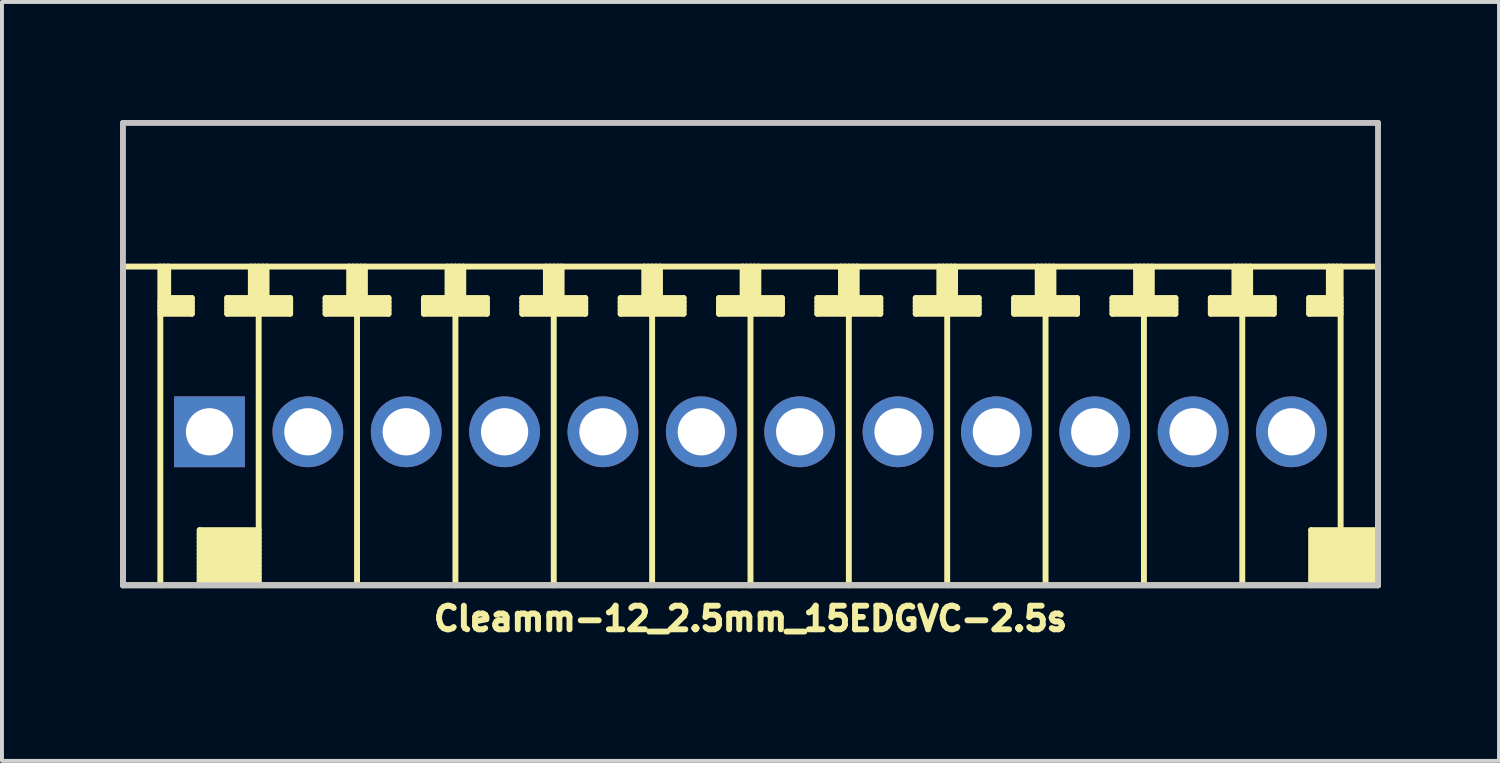
<source format=kicad_pcb>
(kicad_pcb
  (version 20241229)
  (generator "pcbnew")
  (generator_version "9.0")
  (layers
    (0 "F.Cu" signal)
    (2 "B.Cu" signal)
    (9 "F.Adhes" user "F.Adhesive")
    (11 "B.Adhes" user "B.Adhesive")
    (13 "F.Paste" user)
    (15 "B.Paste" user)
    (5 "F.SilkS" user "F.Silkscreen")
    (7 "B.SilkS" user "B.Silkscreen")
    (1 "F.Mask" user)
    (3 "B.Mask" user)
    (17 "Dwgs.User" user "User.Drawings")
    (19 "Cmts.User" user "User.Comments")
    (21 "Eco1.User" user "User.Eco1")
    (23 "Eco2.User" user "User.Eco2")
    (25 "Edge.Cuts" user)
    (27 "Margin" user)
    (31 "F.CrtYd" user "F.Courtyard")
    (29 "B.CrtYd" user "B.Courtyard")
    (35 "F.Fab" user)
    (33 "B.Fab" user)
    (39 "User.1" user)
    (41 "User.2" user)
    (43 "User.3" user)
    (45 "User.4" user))
  (footprint "Cleamm-12_2.5mm_15EDGVC-2.5s"
    (layer "F.Cu")
    (at 16.025 7.925)
    (property "Reference" "Cleamm-12_2.5mm_15EDGVC-2.5s" (at 0 4.75 180) (layer "F.SilkS") (effects (font (size 0.6 0.6) (thickness 0.15))))
    (attr through_hole)
    (fp_line (start -15.95 -4.2) (end 15.95 -4.2) (stroke (width 0.15) (type solid)) (layer "F.SilkS"))
    (fp_line (start -15.95 3.9) (end -15.95 -4.2) (stroke (width 0.15) (type solid)) (layer "F.SilkS"))
    (fp_line (start -15 -4.2) (end -15 3.9) (stroke (width 0.15) (type solid)) (layer "F.SilkS"))
    (fp_line (start -15 -3.2) (end -14.2 -3.2) (stroke (width 0.15) (type solid)) (layer "F.SilkS"))
    (fp_line (start -15 -3.1) (end -14.2 -3.1) (stroke (width 0.15) (type solid)) (layer "F.SilkS"))
    (fp_line (start -14.9 -4.2) (end -14.9 -3.4) (stroke (width 0.15) (type solid)) (layer "F.SilkS"))
    (fp_line (start -14.8 -4.2) (end -14.8 -3.4) (stroke (width 0.15) (type solid)) (layer "F.SilkS"))
    (fp_line (start -14.2 -3.4) (end -14.8 -3.4) (stroke (width 0.15) (type solid)) (layer "F.SilkS"))
    (fp_line (start -14.2 -3.3) (end -15 -3.3) (stroke (width 0.15) (type solid)) (layer "F.SilkS"))
    (fp_line (start -14.2 -3) (end -15 -3) (stroke (width 0.15) (type solid)) (layer "F.SilkS"))
    (fp_line (start -14.2 -3) (end -14.2 -3.4) (stroke (width 0.15) (type solid)) (layer "F.SilkS"))
    (fp_line (start -14 2.5) (end -14 3.9) (stroke (width 0.15) (type solid)) (layer "F.SilkS"))
    (fp_line (start -14 2.5) (end -12.5 2.5) (stroke (width 0.15) (type solid)) (layer "F.SilkS"))
    (fp_line (start -14 2.6) (end -12.5 2.6) (stroke (width 0.15) (type solid)) (layer "F.SilkS"))
    (fp_line (start -14 2.8) (end -12.5 2.8) (stroke (width 0.15) (type solid)) (layer "F.SilkS"))
    (fp_line (start -14 3) (end -12.5 3) (stroke (width 0.15) (type solid)) (layer "F.SilkS"))
    (fp_line (start -14 3.2) (end -12.5 3.2) (stroke (width 0.15) (type solid)) (layer "F.SilkS"))
    (fp_line (start -14 3.4) (end -12.5 3.4) (stroke (width 0.15) (type solid)) (layer "F.SilkS"))
    (fp_line (start -14 3.6) (end -12.5 3.6) (stroke (width 0.15) (type solid)) (layer "F.SilkS"))
    (fp_line (start -14 3.8) (end -12.5 3.8) (stroke (width 0.15) (type solid)) (layer "F.SilkS"))
    (fp_line (start -13.3 -3.4) (end -13.3 -3) (stroke (width 0.15) (type solid)) (layer "F.SilkS"))
    (fp_line (start -13.3 -3.3) (end -11.7 -3.3) (stroke (width 0.15) (type solid)) (layer "F.SilkS"))
    (fp_line (start -13.3 -3.1) (end -11.7 -3.1) (stroke (width 0.15) (type solid)) (layer "F.SilkS"))
    (fp_line (start -13.3 -3) (end -11.7 -3) (stroke (width 0.15) (type solid)) (layer "F.SilkS"))
    (fp_line (start -12.7 -4.2) (end -12.7 -3.4) (stroke (width 0.15) (type solid)) (layer "F.SilkS"))
    (fp_line (start -12.7 -3.4) (end -13.3 -3.4) (stroke (width 0.15) (type solid)) (layer "F.SilkS"))
    (fp_line (start -12.6 -4.2) (end -12.6 -3.4) (stroke (width 0.15) (type solid)) (layer "F.SilkS"))
    (fp_line (start -12.5 -4.2) (end -12.5 3.9) (stroke (width 0.15) (type solid)) (layer "F.SilkS"))
    (fp_line (start -12.5 2.7) (end -14 2.7) (stroke (width 0.15) (type solid)) (layer "F.SilkS"))
    (fp_line (start -12.5 2.9) (end -14 2.9) (stroke (width 0.15) (type solid)) (layer "F.SilkS"))
    (fp_line (start -12.5 3.1) (end -14 3.1) (stroke (width 0.15) (type solid)) (layer "F.SilkS"))
    (fp_line (start -12.5 3.3) (end -14 3.3) (stroke (width 0.15) (type solid)) (layer "F.SilkS"))
    (fp_line (start -12.5 3.5) (end -14 3.5) (stroke (width 0.15) (type solid)) (layer "F.SilkS"))
    (fp_line (start -12.5 3.7) (end -14 3.7) (stroke (width 0.15) (type solid)) (layer "F.SilkS"))
    (fp_line (start -12.4 -4.2) (end -12.4 -3.4) (stroke (width 0.15) (type solid)) (layer "F.SilkS"))
    (fp_line (start -12.3 -4.2) (end -12.3 -3.4) (stroke (width 0.15) (type solid)) (layer "F.SilkS"))
    (fp_line (start -11.7 -3.4) (end -12.3 -3.4) (stroke (width 0.15) (type solid)) (layer "F.SilkS"))
    (fp_line (start -11.7 -3.2) (end -13.3 -3.2) (stroke (width 0.15) (type solid)) (layer "F.SilkS"))
    (fp_line (start -11.7 -3) (end -11.7 -3.4) (stroke (width 0.15) (type solid)) (layer "F.SilkS"))
    (fp_line (start -10.8 -3.4) (end -10.8 -3) (stroke (width 0.15) (type solid)) (layer "F.SilkS"))
    (fp_line (start -10.8 -3.3) (end -9.2 -3.3) (stroke (width 0.15) (type solid)) (layer "F.SilkS"))
    (fp_line (start -10.8 -3.1) (end -9.2 -3.1) (stroke (width 0.15) (type solid)) (layer "F.SilkS"))
    (fp_line (start -10.8 -3) (end -9.2 -3) (stroke (width 0.15) (type solid)) (layer "F.SilkS"))
    (fp_line (start -10.2 -4.2) (end -10.2 -3.4) (stroke (width 0.15) (type solid)) (layer "F.SilkS"))
    (fp_line (start -10.2 -3.4) (end -10.8 -3.4) (stroke (width 0.15) (type solid)) (layer "F.SilkS"))
    (fp_line (start -10.1 -4.2) (end -10.1 -3.4) (stroke (width 0.15) (type solid)) (layer "F.SilkS"))
    (fp_line (start -10 -4.2) (end -10 3.9) (stroke (width 0.15) (type solid)) (layer "F.SilkS"))
    (fp_line (start -9.9 -4.2) (end -9.9 -3.4) (stroke (width 0.15) (type solid)) (layer "F.SilkS"))
    (fp_line (start -9.8 -4.2) (end -9.8 -3.4) (stroke (width 0.15) (type solid)) (layer "F.SilkS"))
    (fp_line (start -9.2 -3.4) (end -9.8 -3.4) (stroke (width 0.15) (type solid)) (layer "F.SilkS"))
    (fp_line (start -9.2 -3.2) (end -10.8 -3.2) (stroke (width 0.15) (type solid)) (layer "F.SilkS"))
    (fp_line (start -9.2 -3) (end -9.2 -3.4) (stroke (width 0.15) (type solid)) (layer "F.SilkS"))
    (fp_line (start -8.3 -3.4) (end -8.3 -3) (stroke (width 0.15) (type solid)) (layer "F.SilkS"))
    (fp_line (start -8.3 -3.3) (end -6.7 -3.3) (stroke (width 0.15) (type solid)) (layer "F.SilkS"))
    (fp_line (start -8.3 -3.1) (end -6.7 -3.1) (stroke (width 0.15) (type solid)) (layer "F.SilkS"))
    (fp_line (start -8.3 -3) (end -6.7 -3) (stroke (width 0.15) (type solid)) (layer "F.SilkS"))
    (fp_line (start -7.7 -4.2) (end -7.7 -3.4) (stroke (width 0.15) (type solid)) (layer "F.SilkS"))
    (fp_line (start -7.7 -3.4) (end -8.3 -3.4) (stroke (width 0.15) (type solid)) (layer "F.SilkS"))
    (fp_line (start -7.6 -4.2) (end -7.6 -3.4) (stroke (width 0.15) (type solid)) (layer "F.SilkS"))
    (fp_line (start -7.5 -4.2) (end -7.5 3.9) (stroke (width 0.15) (type solid)) (layer "F.SilkS"))
    (fp_line (start -7.4 -4.2) (end -7.4 -3.4) (stroke (width 0.15) (type solid)) (layer "F.SilkS"))
    (fp_line (start -7.3 -4.2) (end -7.3 -3.4) (stroke (width 0.15) (type solid)) (layer "F.SilkS"))
    (fp_line (start -6.7 -3.4) (end -7.3 -3.4) (stroke (width 0.15) (type solid)) (layer "F.SilkS"))
    (fp_line (start -6.7 -3.2) (end -8.3 -3.2) (stroke (width 0.15) (type solid)) (layer "F.SilkS"))
    (fp_line (start -6.7 -3) (end -6.7 -3.4) (stroke (width 0.15) (type solid)) (layer "F.SilkS"))
    (fp_line (start -5.8 -3.4) (end -5.8 -3) (stroke (width 0.15) (type solid)) (layer "F.SilkS"))
    (fp_line (start -5.8 -3.3) (end -4.2 -3.3) (stroke (width 0.15) (type solid)) (layer "F.SilkS"))
    (fp_line (start -5.8 -3.1) (end -4.2 -3.1) (stroke (width 0.15) (type solid)) (layer "F.SilkS"))
    (fp_line (start -5.8 -3) (end -4.2 -3) (stroke (width 0.15) (type solid)) (layer "F.SilkS"))
    (fp_line (start -5.2 -4.2) (end -5.2 -3.4) (stroke (width 0.15) (type solid)) (layer "F.SilkS"))
    (fp_line (start -5.2 -3.4) (end -5.8 -3.4) (stroke (width 0.15) (type solid)) (layer "F.SilkS"))
    (fp_line (start -5.1 -4.2) (end -5.1 -3.4) (stroke (width 0.15) (type solid)) (layer "F.SilkS"))
    (fp_line (start -5 -4.2) (end -5 3.9) (stroke (width 0.15) (type solid)) (layer "F.SilkS"))
    (fp_line (start -4.9 -4.2) (end -4.9 -3.4) (stroke (width 0.15) (type solid)) (layer "F.SilkS"))
    (fp_line (start -4.8 -4.2) (end -4.8 -3.4) (stroke (width 0.15) (type solid)) (layer "F.SilkS"))
    (fp_line (start -4.2 -3.4) (end -4.8 -3.4) (stroke (width 0.15) (type solid)) (layer "F.SilkS"))
    (fp_line (start -4.2 -3.2) (end -5.8 -3.2) (stroke (width 0.15) (type solid)) (layer "F.SilkS"))
    (fp_line (start -4.2 -3) (end -4.2 -3.4) (stroke (width 0.15) (type solid)) (layer "F.SilkS"))
    (fp_line (start -3.3 -3.4) (end -3.3 -3) (stroke (width 0.15) (type solid)) (layer "F.SilkS"))
    (fp_line (start -3.3 -3.3) (end -1.7 -3.3) (stroke (width 0.15) (type solid)) (layer "F.SilkS"))
    (fp_line (start -3.3 -3.1) (end -1.7 -3.1) (stroke (width 0.15) (type solid)) (layer "F.SilkS"))
    (fp_line (start -3.3 -3) (end -1.7 -3) (stroke (width 0.15) (type solid)) (layer "F.SilkS"))
    (fp_line (start -2.7 -4.2) (end -2.7 -3.4) (stroke (width 0.15) (type solid)) (layer "F.SilkS"))
    (fp_line (start -2.7 -3.4) (end -3.3 -3.4) (stroke (width 0.15) (type solid)) (layer "F.SilkS"))
    (fp_line (start -2.6 -4.2) (end -2.6 -3.4) (stroke (width 0.15) (type solid)) (layer "F.SilkS"))
    (fp_line (start -2.5 -4.2) (end -2.5 3.9) (stroke (width 0.15) (type solid)) (layer "F.SilkS"))
    (fp_line (start -2.4 -4.2) (end -2.4 -3.4) (stroke (width 0.15) (type solid)) (layer "F.SilkS"))
    (fp_line (start -2.3 -4.2) (end -2.3 -3.4) (stroke (width 0.15) (type solid)) (layer "F.SilkS"))
    (fp_line (start -1.7 -3.4) (end -2.3 -3.4) (stroke (width 0.15) (type solid)) (layer "F.SilkS"))
    (fp_line (start -1.7 -3.2) (end -3.3 -3.2) (stroke (width 0.15) (type solid)) (layer "F.SilkS"))
    (fp_line (start -1.7 -3) (end -1.7 -3.4) (stroke (width 0.15) (type solid)) (layer "F.SilkS"))
    (fp_line (start -0.8 -3.4) (end -0.8 -3) (stroke (width 0.15) (type solid)) (layer "F.SilkS"))
    (fp_line (start -0.8 -3.3) (end 0.8 -3.3) (stroke (width 0.15) (type solid)) (layer "F.SilkS"))
    (fp_line (start -0.8 -3.1) (end 0.8 -3.1) (stroke (width 0.15) (type solid)) (layer "F.SilkS"))
    (fp_line (start -0.8 -3) (end 0.8 -3) (stroke (width 0.15) (type solid)) (layer "F.SilkS"))
    (fp_line (start -0.2 -4.2) (end -0.2 -3.4) (stroke (width 0.15) (type solid)) (layer "F.SilkS"))
    (fp_line (start -0.2 -3.4) (end -0.8 -3.4) (stroke (width 0.15) (type solid)) (layer "F.SilkS"))
    (fp_line (start -0.1 -4.2) (end -0.1 -3.4) (stroke (width 0.15) (type solid)) (layer "F.SilkS"))
    (fp_line (start 0 -4.2) (end 0 3.9) (stroke (width 0.15) (type solid)) (layer "F.SilkS"))
    (fp_line (start 0.1 -4.2) (end 0.1 -3.4) (stroke (width 0.15) (type solid)) (layer "F.SilkS"))
    (fp_line (start 0.2 -4.2) (end 0.2 -3.4) (stroke (width 0.15) (type solid)) (layer "F.SilkS"))
    (fp_line (start 0.8 -3.4) (end 0.2 -3.4) (stroke (width 0.15) (type solid)) (layer "F.SilkS"))
    (fp_line (start 0.8 -3.2) (end -0.8 -3.2) (stroke (width 0.15) (type solid)) (layer "F.SilkS"))
    (fp_line (start 0.8 -3) (end 0.8 -3.4) (stroke (width 0.15) (type solid)) (layer "F.SilkS"))
    (fp_line (start 1.7 -3.4) (end 1.7 -3) (stroke (width 0.15) (type solid)) (layer "F.SilkS"))
    (fp_line (start 1.7 -3.3) (end 3.3 -3.3) (stroke (width 0.15) (type solid)) (layer "F.SilkS"))
    (fp_line (start 1.7 -3.1) (end 3.3 -3.1) (stroke (width 0.15) (type solid)) (layer "F.SilkS"))
    (fp_line (start 1.7 -3) (end 3.3 -3) (stroke (width 0.15) (type solid)) (layer "F.SilkS"))
    (fp_line (start 2.3 -4.2) (end 2.3 -3.4) (stroke (width 0.15) (type solid)) (layer "F.SilkS"))
    (fp_line (start 2.3 -3.4) (end 1.7 -3.4) (stroke (width 0.15) (type solid)) (layer "F.SilkS"))
    (fp_line (start 2.4 -4.2) (end 2.4 -3.4) (stroke (width 0.15) (type solid)) (layer "F.SilkS"))
    (fp_line (start 2.5 -4.2) (end 2.5 3.9) (stroke (width 0.15) (type solid)) (layer "F.SilkS"))
    (fp_line (start 2.6 -4.2) (end 2.6 -3.4) (stroke (width 0.15) (type solid)) (layer "F.SilkS"))
    (fp_line (start 2.7 -4.2) (end 2.7 -3.4) (stroke (width 0.15) (type solid)) (layer "F.SilkS"))
    (fp_line (start 3.3 -3.4) (end 2.7 -3.4) (stroke (width 0.15) (type solid)) (layer "F.SilkS"))
    (fp_line (start 3.3 -3.2) (end 1.7 -3.2) (stroke (width 0.15) (type solid)) (layer "F.SilkS"))
    (fp_line (start 3.3 -3) (end 3.3 -3.4) (stroke (width 0.15) (type solid)) (layer "F.SilkS"))
    (fp_line (start 4.2 -3.4) (end 4.2 -3) (stroke (width 0.15) (type solid)) (layer "F.SilkS"))
    (fp_line (start 4.2 -3.3) (end 5.8 -3.3) (stroke (width 0.15) (type solid)) (layer "F.SilkS"))
    (fp_line (start 4.2 -3.1) (end 5.8 -3.1) (stroke (width 0.15) (type solid)) (layer "F.SilkS"))
    (fp_line (start 4.2 -3) (end 5.8 -3) (stroke (width 0.15) (type solid)) (layer "F.SilkS"))
    (fp_line (start 4.8 -4.2) (end 4.8 -3.4) (stroke (width 0.15) (type solid)) (layer "F.SilkS"))
    (fp_line (start 4.8 -3.4) (end 4.2 -3.4) (stroke (width 0.15) (type solid)) (layer "F.SilkS"))
    (fp_line (start 4.9 -4.2) (end 4.9 -3.4) (stroke (width 0.15) (type solid)) (layer "F.SilkS"))
    (fp_line (start 5 -4.2) (end 5 3.9) (stroke (width 0.15) (type solid)) (layer "F.SilkS"))
    (fp_line (start 5.1 -4.2) (end 5.1 -3.4) (stroke (width 0.15) (type solid)) (layer "F.SilkS"))
    (fp_line (start 5.2 -4.2) (end 5.2 -3.4) (stroke (width 0.15) (type solid)) (layer "F.SilkS"))
    (fp_line (start 5.8 -3.4) (end 5.2 -3.4) (stroke (width 0.15) (type solid)) (layer "F.SilkS"))
    (fp_line (start 5.8 -3.2) (end 4.2 -3.2) (stroke (width 0.15) (type solid)) (layer "F.SilkS"))
    (fp_line (start 5.8 -3) (end 5.8 -3.4) (stroke (width 0.15) (type solid)) (layer "F.SilkS"))
    (fp_line (start 6.7 -3.4) (end 6.7 -3) (stroke (width 0.15) (type solid)) (layer "F.SilkS"))
    (fp_line (start 6.7 -3.3) (end 8.3 -3.3) (stroke (width 0.15) (type solid)) (layer "F.SilkS"))
    (fp_line (start 6.7 -3.1) (end 8.3 -3.1) (stroke (width 0.15) (type solid)) (layer "F.SilkS"))
    (fp_line (start 6.7 -3) (end 8.3 -3) (stroke (width 0.15) (type solid)) (layer "F.SilkS"))
    (fp_line (start 7.3 -4.2) (end 7.3 -3.4) (stroke (width 0.15) (type solid)) (layer "F.SilkS"))
    (fp_line (start 7.3 -3.4) (end 6.7 -3.4) (stroke (width 0.15) (type solid)) (layer "F.SilkS"))
    (fp_line (start 7.4 -4.2) (end 7.4 -3.4) (stroke (width 0.15) (type solid)) (layer "F.SilkS"))
    (fp_line (start 7.5 3.9) (end 7.5 -4.2) (stroke (width 0.15) (type solid)) (layer "F.SilkS"))
    (fp_line (start 7.6 -4.2) (end 7.6 -3.4) (stroke (width 0.15) (type solid)) (layer "F.SilkS"))
    (fp_line (start 7.7 -4.2) (end 7.7 -3.4) (stroke (width 0.15) (type solid)) (layer "F.SilkS"))
    (fp_line (start 8.3 -3.4) (end 7.7 -3.4) (stroke (width 0.15) (type solid)) (layer "F.SilkS"))
    (fp_line (start 8.3 -3.2) (end 6.7 -3.2) (stroke (width 0.15) (type solid)) (layer "F.SilkS"))
    (fp_line (start 8.3 -3) (end 8.3 -3.4) (stroke (width 0.15) (type solid)) (layer "F.SilkS"))
    (fp_line (start 9.2 -3.4) (end 9.2 -3) (stroke (width 0.15) (type solid)) (layer "F.SilkS"))
    (fp_line (start 9.2 -3.3) (end 10.8 -3.3) (stroke (width 0.15) (type solid)) (layer "F.SilkS"))
    (fp_line (start 9.2 -3.1) (end 10.8 -3.1) (stroke (width 0.15) (type solid)) (layer "F.SilkS"))
    (fp_line (start 9.2 -3) (end 10.8 -3) (stroke (width 0.15) (type solid)) (layer "F.SilkS"))
    (fp_line (start 9.8 -4.2) (end 9.8 -3.4) (stroke (width 0.15) (type solid)) (layer "F.SilkS"))
    (fp_line (start 9.8 -3.4) (end 9.2 -3.4) (stroke (width 0.15) (type solid)) (layer "F.SilkS"))
    (fp_line (start 9.9 -4.2) (end 9.9 -3.4) (stroke (width 0.15) (type solid)) (layer "F.SilkS"))
    (fp_line (start 10 3.9) (end 10 -4.2) (stroke (width 0.15) (type solid)) (layer "F.SilkS"))
    (fp_line (start 10.1 -4.2) (end 10.1 -3.4) (stroke (width 0.15) (type solid)) (layer "F.SilkS"))
    (fp_line (start 10.2 -4.2) (end 10.2 -3.4) (stroke (width 0.15) (type solid)) (layer "F.SilkS"))
    (fp_line (start 10.8 -3.4) (end 10.2 -3.4) (stroke (width 0.15) (type solid)) (layer "F.SilkS"))
    (fp_line (start 10.8 -3.2) (end 9.2 -3.2) (stroke (width 0.15) (type solid)) (layer "F.SilkS"))
    (fp_line (start 10.8 -3) (end 10.8 -3.4) (stroke (width 0.15) (type solid)) (layer "F.SilkS"))
    (fp_line (start 11.7 -3.4) (end 11.7 -3) (stroke (width 0.15) (type solid)) (layer "F.SilkS"))
    (fp_line (start 11.7 -3.3) (end 13.3 -3.3) (stroke (width 0.15) (type solid)) (layer "F.SilkS"))
    (fp_line (start 11.7 -3.1) (end 13.3 -3.1) (stroke (width 0.15) (type solid)) (layer "F.SilkS"))
    (fp_line (start 11.7 -3) (end 13.3 -3) (stroke (width 0.15) (type solid)) (layer "F.SilkS"))
    (fp_line (start 12.3 -4.2) (end 12.3 -3.4) (stroke (width 0.15) (type solid)) (layer "F.SilkS"))
    (fp_line (start 12.3 -3.4) (end 11.7 -3.4) (stroke (width 0.15) (type solid)) (layer "F.SilkS"))
    (fp_line (start 12.4 -4.2) (end 12.4 -3.4) (stroke (width 0.15) (type solid)) (layer "F.SilkS"))
    (fp_line (start 12.5 -4.2) (end 12.5 3.9) (stroke (width 0.15) (type solid)) (layer "F.SilkS"))
    (fp_line (start 12.6 -4.2) (end 12.6 -3.4) (stroke (width 0.15) (type solid)) (layer "F.SilkS"))
    (fp_line (start 12.7 -4.2) (end 12.7 -3.4) (stroke (width 0.15) (type solid)) (layer "F.SilkS"))
    (fp_line (start 13.3 -3.4) (end 12.7 -3.4) (stroke (width 0.15) (type solid)) (layer "F.SilkS"))
    (fp_line (start 13.3 -3.2) (end 11.7 -3.2) (stroke (width 0.15) (type solid)) (layer "F.SilkS"))
    (fp_line (start 13.3 -3) (end 13.3 -3.4) (stroke (width 0.15) (type solid)) (layer "F.SilkS"))
    (fp_line (start 14.2 -3.4) (end 14.2 -3) (stroke (width 0.15) (type solid)) (layer "F.SilkS"))
    (fp_line (start 14.2 -3.1) (end 15 -3.1) (stroke (width 0.15) (type solid)) (layer "F.SilkS"))
    (fp_line (start 14.2 -3) (end 15 -3) (stroke (width 0.15) (type solid)) (layer "F.SilkS"))
    (fp_line (start 14.25 2.5) (end 14.25 3.9) (stroke (width 0.15) (type solid)) (layer "F.SilkS"))
    (fp_line (start 14.3 2.6) (end 15.9 2.6) (stroke (width 0.15) (type solid)) (layer "F.SilkS"))
    (fp_line (start 14.3 2.7) (end 15.9 2.7) (stroke (width 0.15) (type solid)) (layer "F.SilkS"))
    (fp_line (start 14.3 2.9) (end 15.9 2.9) (stroke (width 0.15) (type solid)) (layer "F.SilkS"))
    (fp_line (start 14.3 3.1) (end 15.9 3.1) (stroke (width 0.15) (type solid)) (layer "F.SilkS"))
    (fp_line (start 14.3 3.3) (end 15.9 3.3) (stroke (width 0.15) (type solid)) (layer "F.SilkS"))
    (fp_line (start 14.3 3.5) (end 15.9 3.5) (stroke (width 0.15) (type solid)) (layer "F.SilkS"))
    (fp_line (start 14.3 3.7) (end 15.9 3.7) (stroke (width 0.15) (type solid)) (layer "F.SilkS"))
    (fp_line (start 14.7 -4.2) (end 14.7 -3.4) (stroke (width 0.15) (type solid)) (layer "F.SilkS"))
    (fp_line (start 14.8 -3.4) (end 14.8 -4.2) (stroke (width 0.15) (type solid)) (layer "F.SilkS"))
    (fp_line (start 14.9 -4.2) (end 14.9 -3.4) (stroke (width 0.15) (type solid)) (layer "F.SilkS"))
    (fp_line (start 15 -3.4) (end 14.2 -3.4) (stroke (width 0.15) (type solid)) (layer "F.SilkS"))
    (fp_line (start 15 -3.3) (end 14.2 -3.3) (stroke (width 0.15) (type solid)) (layer "F.SilkS"))
    (fp_line (start 15 -3.2) (end 14.2 -3.2) (stroke (width 0.15) (type solid)) (layer "F.SilkS"))
    (fp_line (start 15 2.5) (end 15 -4.2) (stroke (width 0.15) (type solid)) (layer "F.SilkS"))
    (fp_line (start 15.9 2.8) (end 14.3 2.8) (stroke (width 0.15) (type solid)) (layer "F.SilkS"))
    (fp_line (start 15.9 3) (end 14.3 3) (stroke (width 0.15) (type solid)) (layer "F.SilkS"))
    (fp_line (start 15.9 3.2) (end 14.3 3.2) (stroke (width 0.15) (type solid)) (layer "F.SilkS"))
    (fp_line (start 15.9 3.4) (end 14.3 3.4) (stroke (width 0.15) (type solid)) (layer "F.SilkS"))
    (fp_line (start 15.9 3.6) (end 14.3 3.6) (stroke (width 0.15) (type solid)) (layer "F.SilkS"))
    (fp_line (start 15.9 3.8) (end 14.3 3.8) (stroke (width 0.15) (type solid)) (layer "F.SilkS"))
    (fp_line (start 15.95 2.5) (end 14.25 2.5) (stroke (width 0.15) (type solid)) (layer "F.SilkS"))
    (fp_line (start 15.95 3.9) (end -15.95 3.9) (stroke (width 0.15) (type solid)) (layer "F.SilkS"))
    (fp_line (start 15.95 3.9) (end 15.95 -4.2) (stroke (width 0.15) (type solid)) (layer "F.SilkS"))
    (fp_line (start -15.95 -7.85) (end -15.95 3.9) (stroke (width 0.15) (type solid)) (layer "Dwgs.User"))
    (fp_line (start -15.95 -7.85) (end 15.95 -7.85) (stroke (width 0.15) (type solid)) (layer "Dwgs.User"))
    (fp_line (start 15.95 3.9) (end -15.95 3.9) (stroke (width 0.15) (type solid)) (layer "Dwgs.User"))
    (fp_line (start 15.95 3.9) (end 15.95 -7.85) (stroke (width 0.15) (type solid)) (layer "Dwgs.User"))
    (pad "1" thru_hole rect (at -13.75 0) (size 1.8 1.8) (drill 1.2) (layers "*.Cu" "*.Mask"))
    (pad "2" thru_hole circle (at -11.25 0) (size 1.8 1.8) (drill 1.2) (layers "*.Cu" "*.Mask"))
    (pad "3" thru_hole circle (at -8.75 0) (size 1.8 1.8) (drill 1.2) (layers "*.Cu" "*.Mask"))
    (pad "4" thru_hole circle (at -6.25 0) (size 1.8 1.8) (drill 1.2) (layers "*.Cu" "*.Mask"))
    (pad "5" thru_hole circle (at -3.75 0) (size 1.8 1.8) (drill 1.2) (layers "*.Cu" "*.Mask"))
    (pad "6" thru_hole circle (at -1.25 0) (size 1.8 1.8) (drill 1.2) (layers "*.Cu" "*.Mask"))
    (pad "7" thru_hole circle (at 1.25 0) (size 1.8 1.8) (drill 1.2) (layers "*.Cu" "*.Mask"))
    (pad "8" thru_hole circle (at 3.75 0) (size 1.8 1.8) (drill 1.2) (layers "*.Cu" "*.Mask"))
    (pad "9" thru_hole circle (at 6.25 0) (size 1.8 1.8) (drill 1.2) (layers "*.Cu" "*.Mask"))
    (pad "10" thru_hole circle (at 8.75 0) (size 1.8 1.8) (drill 1.2) (layers "*.Cu" "*.Mask"))
    (pad "11" thru_hole circle (at 11.25 0) (size 1.8 1.8) (drill 1.2) (layers "*.Cu" "*.Mask"))
    (pad "12" thru_hole circle (at 13.75 0) (size 1.8 1.8) (drill 1.2) (layers "*.Cu" "*.Mask")))
  (gr_rect
    (start -3 -3)
    (end 35.05 16.289)
    (stroke (width 0.1) (type default))
    (fill no)
    (layer "Edge.Cuts")))
</source>
